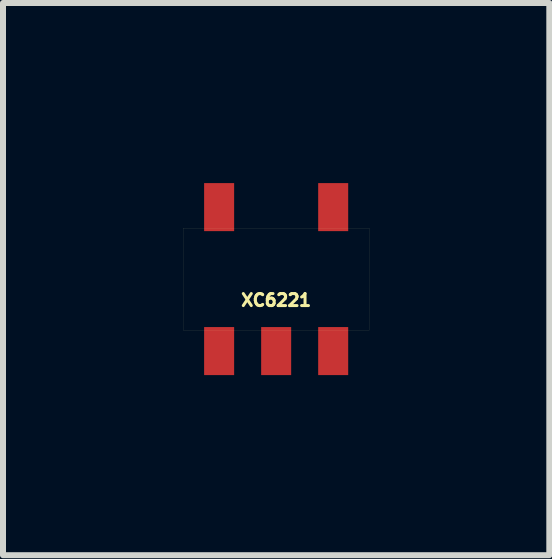
<source format=kicad_pcb>
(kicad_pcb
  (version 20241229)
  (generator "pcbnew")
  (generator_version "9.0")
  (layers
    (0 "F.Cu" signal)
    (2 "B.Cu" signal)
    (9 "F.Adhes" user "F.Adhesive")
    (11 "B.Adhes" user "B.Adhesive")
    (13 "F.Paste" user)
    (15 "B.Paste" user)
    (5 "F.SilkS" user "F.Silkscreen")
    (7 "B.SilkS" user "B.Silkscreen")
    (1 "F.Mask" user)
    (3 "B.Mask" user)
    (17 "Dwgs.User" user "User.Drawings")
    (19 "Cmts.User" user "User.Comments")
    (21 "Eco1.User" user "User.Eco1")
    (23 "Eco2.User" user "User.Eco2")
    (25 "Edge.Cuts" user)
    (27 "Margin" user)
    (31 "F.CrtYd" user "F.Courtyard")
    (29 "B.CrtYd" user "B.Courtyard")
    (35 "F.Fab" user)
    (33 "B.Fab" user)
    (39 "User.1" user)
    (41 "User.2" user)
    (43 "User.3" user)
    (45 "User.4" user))
  (footprint "XC6221"
    (layer "F.Cu")
    (at 1.55 1.599)
    (property "Reference" "XC6221" (at 0 0.351 0) (layer "F.SilkS") (effects (font (size 0.2 0.2) (thickness 0.05))))
    (attr smd)
    (fp_line (start -1.549 -0.851) (end 1.549 -0.851) (stroke (width 0.001) (type solid)) (layer "F.SilkS"))
    (fp_line (start -1.549 0.851) (end -1.549 -0.851) (stroke (width 0.001) (type solid)) (layer "F.SilkS"))
    (fp_line (start 1.549 -0.851) (end 1.549 0.851) (stroke (width 0.001) (type solid)) (layer "F.SilkS"))
    (fp_line (start 1.549 0.851) (end -1.549 0.851) (stroke (width 0.001) (type solid)) (layer "F.SilkS"))
    (pad "1" smd rect (at -0.95 1.199) (size 0.5 0.8) (layers "F.Cu" "F.Mask" "F.Paste"))
    (pad "2" smd rect (at 0 1.199) (size 0.5 0.8) (layers "F.Cu" "F.Mask" "F.Paste"))
    (pad "3" smd rect (at 0.95 1.199) (size 0.5 0.8) (layers "F.Cu" "F.Mask" "F.Paste"))
    (pad "4" smd rect (at 0.95 -1.199) (size 0.5 0.8) (layers "F.Cu" "F.Mask" "F.Paste"))
    (pad "5" smd rect (at -0.95 -1.199) (size 0.5 0.8) (layers "F.Cu" "F.Mask" "F.Paste")))
  (gr_rect
    (start -3 -3)
    (end 6.1 6.198)
    (stroke (width 0.1) (type default))
    (fill no)
    (layer "Edge.Cuts")))
</source>
